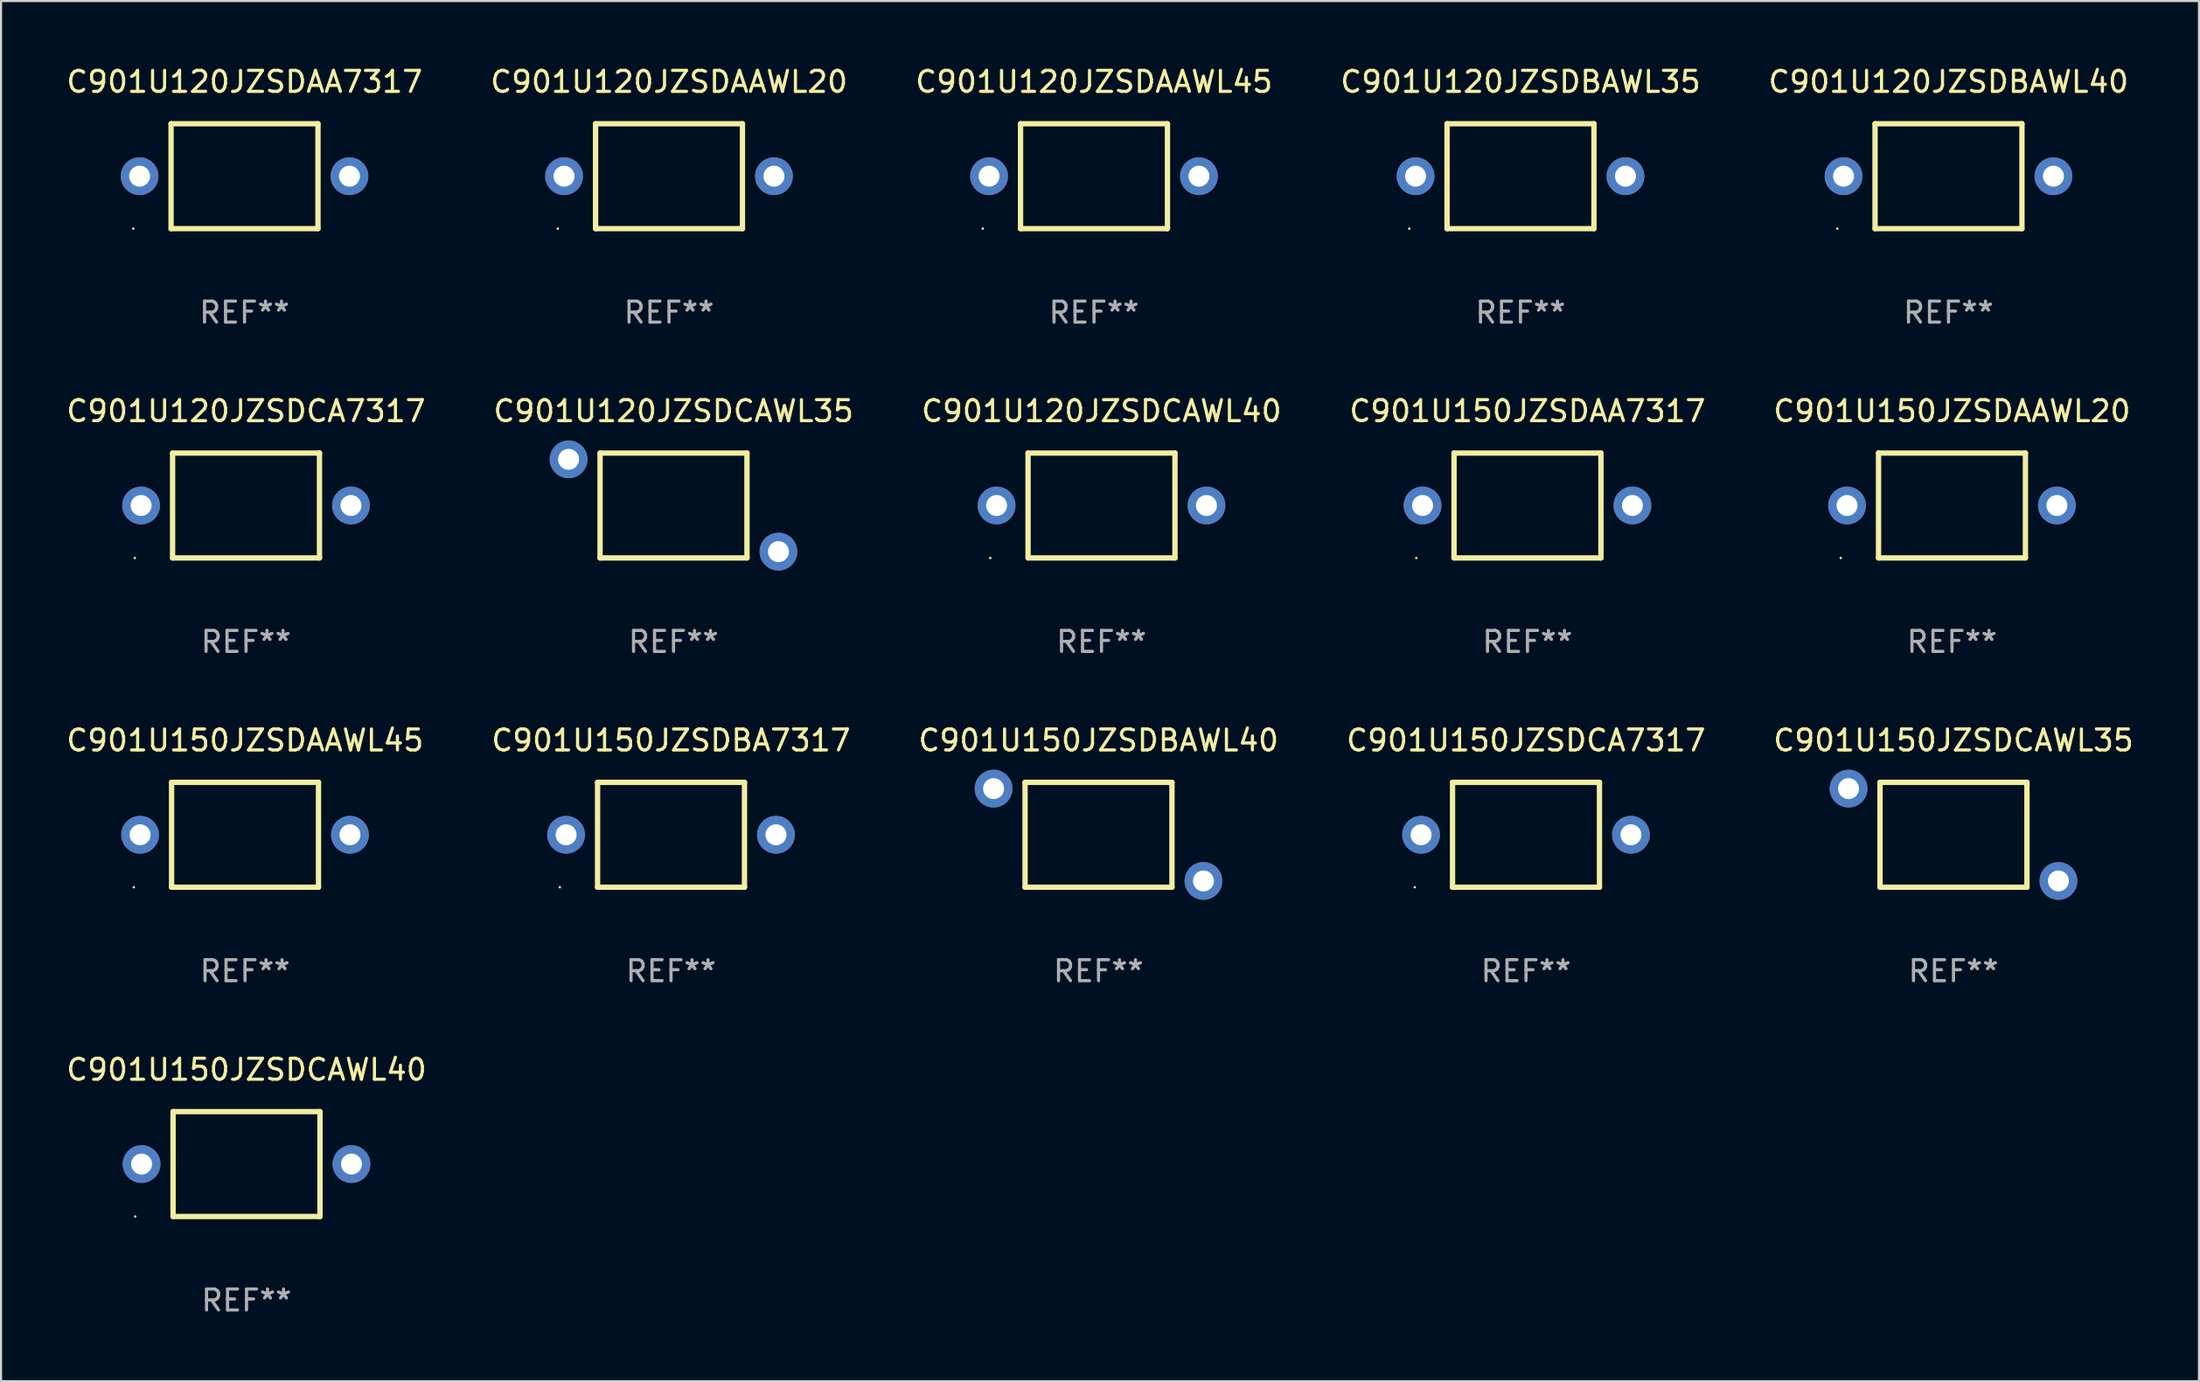
<source format=kicad_pcb>
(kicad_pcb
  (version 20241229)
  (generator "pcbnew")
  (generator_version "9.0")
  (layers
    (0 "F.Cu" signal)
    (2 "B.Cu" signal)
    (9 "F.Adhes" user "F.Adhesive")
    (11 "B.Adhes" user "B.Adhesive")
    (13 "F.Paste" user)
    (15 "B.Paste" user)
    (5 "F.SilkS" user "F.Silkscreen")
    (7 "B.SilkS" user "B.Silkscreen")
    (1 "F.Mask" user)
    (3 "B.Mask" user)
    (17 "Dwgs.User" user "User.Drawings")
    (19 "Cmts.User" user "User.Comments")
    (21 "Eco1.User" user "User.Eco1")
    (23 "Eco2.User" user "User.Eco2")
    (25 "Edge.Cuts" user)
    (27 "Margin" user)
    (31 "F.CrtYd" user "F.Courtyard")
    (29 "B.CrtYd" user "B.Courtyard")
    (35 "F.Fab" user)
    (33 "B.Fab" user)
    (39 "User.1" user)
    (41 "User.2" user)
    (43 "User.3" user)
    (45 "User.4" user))
  (footprint "C901U120JZSDCAWL35"
    (layer "F.Cu")
    (at 29.042 21.043)
    (property "Reference" "C901U120JZSDCAWL35" (at 0 -4.499 0) (layer "F.SilkS") (effects (font (size 1 1) (thickness 0.15))))
    (attr through_hole)
    (fp_line (start -3.5 -2.499) (end -3.5 2.499) (stroke (width 0.254) (type solid)) (layer "F.SilkS"))
    (fp_line (start -3.5 2.499) (end 3.5 2.499) (stroke (width 0.254) (type solid)) (layer "F.SilkS"))
    (fp_line (start 3.5 -2.499) (end -3.5 -2.499) (stroke (width 0.254) (type solid)) (layer "F.SilkS"))
    (fp_line (start 3.5 2.499) (end 3.5 -2.499) (stroke (width 0.254) (type solid)) (layer "F.SilkS"))
    (fp_circle (center -5.3 -2.502) (end -5.27 -2.502) (stroke (width 0.06) (type solid)) (fill no) (layer "F.SilkS"))
    (fp_text user "REF**" (at 0 6.499 0) (layer "F.Fab") (effects (font (size 1 1) (thickness 0.15))))
    (pad "1" thru_hole circle (at -5 -2.2) (size 1.8 1.8) (drill 1) (layers "*.Cu" "*.Mask"))
    (pad "2" thru_hole circle (at 5 2.2) (size 1.8 1.8) (drill 1) (layers "*.Cu" "*.Mask")))
  (footprint "C901U120JZSDBAWL35"
    (layer "F.Cu")
    (at 69.399 5.348)
    (property "Reference" "C901U120JZSDBAWL35" (at 0 -4.499 0) (layer "F.SilkS") (effects (font (size 1 1) (thickness 0.15))))
    (attr through_hole)
    (fp_line (start -3.5 -2.499) (end 3.5 -2.499) (stroke (width 0.254) (type solid)) (layer "F.SilkS"))
    (fp_line (start -3.5 2.499) (end -3.5 -2.499) (stroke (width 0.254) (type solid)) (layer "F.SilkS"))
    (fp_line (start 3.5 -2.499) (end 3.5 2.499) (stroke (width 0.254) (type solid)) (layer "F.SilkS"))
    (fp_line (start 3.5 2.499) (end -3.5 2.499) (stroke (width 0.254) (type solid)) (layer "F.SilkS"))
    (fp_circle (center -5.3 2.5) (end -5.27 2.5) (stroke (width 0.06) (type solid)) (fill no) (layer "F.SilkS"))
    (fp_text user "REF**" (at 0 6.499 0) (layer "F.Fab") (effects (font (size 1 1) (thickness 0.15))))
    (pad "1" thru_hole circle (at -5 0) (size 1.8 1.8) (drill 1) (layers "*.Cu" "*.Mask"))
    (pad "2" thru_hole circle (at 5 0) (size 1.8 1.8) (drill 1) (layers "*.Cu" "*.Mask")))
  (footprint "C901U120JZSDAA7317"
    (layer "F.Cu")
    (at 8.601 5.348)
    (property "Reference" "C901U120JZSDAA7317" (at 0 -4.499 0) (layer "F.SilkS") (effects (font (size 1 1) (thickness 0.15))))
    (attr through_hole)
    (fp_line (start -3.5 -2.499) (end 3.5 -2.499) (stroke (width 0.254) (type solid)) (layer "F.SilkS"))
    (fp_line (start -3.5 2.499) (end -3.5 -2.499) (stroke (width 0.254) (type solid)) (layer "F.SilkS"))
    (fp_line (start 3.5 -2.499) (end 3.5 2.499) (stroke (width 0.254) (type solid)) (layer "F.SilkS"))
    (fp_line (start 3.5 2.499) (end -3.5 2.499) (stroke (width 0.254) (type solid)) (layer "F.SilkS"))
    (fp_circle (center -5.3 2.5) (end -5.27 2.5) (stroke (width 0.06) (type solid)) (fill no) (layer "F.SilkS"))
    (fp_text user "REF**" (at 0 6.499 0) (layer "F.Fab") (effects (font (size 1 1) (thickness 0.15))))
    (pad "1" thru_hole circle (at -5 0) (size 1.8 1.8) (drill 1) (layers "*.Cu" "*.Mask"))
    (pad "2" thru_hole circle (at 5 0) (size 1.8 1.8) (drill 1) (layers "*.Cu" "*.Mask")))
  (footprint "C901U120JZSDBAWL40"
    (layer "F.Cu")
    (at 89.792 5.348)
    (property "Reference" "C901U120JZSDBAWL40" (at 0 -4.499 0) (layer "F.SilkS") (effects (font (size 1 1) (thickness 0.15))))
    (attr through_hole)
    (fp_line (start -3.5 -2.499) (end 3.5 -2.499) (stroke (width 0.254) (type solid)) (layer "F.SilkS"))
    (fp_line (start -3.5 2.499) (end -3.5 -2.499) (stroke (width 0.254) (type solid)) (layer "F.SilkS"))
    (fp_line (start 3.5 -2.499) (end 3.5 2.499) (stroke (width 0.254) (type solid)) (layer "F.SilkS"))
    (fp_line (start 3.5 2.499) (end -3.5 2.499) (stroke (width 0.254) (type solid)) (layer "F.SilkS"))
    (fp_circle (center -5.3 2.5) (end -5.27 2.5) (stroke (width 0.06) (type solid)) (fill no) (layer "F.SilkS"))
    (fp_text user "REF**" (at 0 6.499 0) (layer "F.Fab") (effects (font (size 1 1) (thickness 0.15))))
    (pad "1" thru_hole circle (at -5 0) (size 1.8 1.8) (drill 1) (layers "*.Cu" "*.Mask"))
    (pad "2" thru_hole circle (at 5 0) (size 1.8 1.8) (drill 1) (layers "*.Cu" "*.Mask")))
  (footprint "C901U150JZSDBAWL40"
    (layer "F.Cu")
    (at 49.292 36.738)
    (property "Reference" "C901U150JZSDBAWL40" (at 0 -4.499 0) (layer "F.SilkS") (effects (font (size 1 1) (thickness 0.15))))
    (attr through_hole)
    (fp_line (start -3.5 -2.499) (end -3.5 2.499) (stroke (width 0.254) (type solid)) (layer "F.SilkS"))
    (fp_line (start -3.5 2.499) (end 3.5 2.499) (stroke (width 0.254) (type solid)) (layer "F.SilkS"))
    (fp_line (start 3.5 -2.499) (end -3.5 -2.499) (stroke (width 0.254) (type solid)) (layer "F.SilkS"))
    (fp_line (start 3.5 2.499) (end 3.5 -2.499) (stroke (width 0.254) (type solid)) (layer "F.SilkS"))
    (fp_circle (center -5.3 -2.502) (end -5.27 -2.502) (stroke (width 0.06) (type solid)) (fill no) (layer "F.SilkS"))
    (fp_text user "REF**" (at 0 6.499 0) (layer "F.Fab") (effects (font (size 1 1) (thickness 0.15))))
    (pad "1" thru_hole circle (at -5 -2.2) (size 1.8 1.8) (drill 1) (layers "*.Cu" "*.Mask"))
    (pad "2" thru_hole circle (at 5 2.2) (size 1.8 1.8) (drill 1) (layers "*.Cu" "*.Mask")))
  (footprint "C901U150JZSDAA7317"
    (layer "F.Cu")
    (at 69.732 21.043)
    (property "Reference" "C901U150JZSDAA7317" (at 0 -4.499 0) (layer "F.SilkS") (effects (font (size 1 1) (thickness 0.15))))
    (attr through_hole)
    (fp_line (start -3.5 -2.499) (end 3.5 -2.499) (stroke (width 0.254) (type solid)) (layer "F.SilkS"))
    (fp_line (start -3.5 2.499) (end -3.5 -2.499) (stroke (width 0.254) (type solid)) (layer "F.SilkS"))
    (fp_line (start 3.5 -2.499) (end 3.5 2.499) (stroke (width 0.254) (type solid)) (layer "F.SilkS"))
    (fp_line (start 3.5 2.499) (end -3.5 2.499) (stroke (width 0.254) (type solid)) (layer "F.SilkS"))
    (fp_circle (center -5.3 2.5) (end -5.27 2.5) (stroke (width 0.06) (type solid)) (fill no) (layer "F.SilkS"))
    (fp_text user "REF**" (at 0 6.499 0) (layer "F.Fab") (effects (font (size 1 1) (thickness 0.15))))
    (pad "1" thru_hole circle (at -5 0) (size 1.8 1.8) (drill 1) (layers "*.Cu" "*.Mask"))
    (pad "2" thru_hole circle (at 5 0) (size 1.8 1.8) (drill 1) (layers "*.Cu" "*.Mask")))
  (footprint "C901U150JZSDAAWL20"
    (layer "F.Cu")
    (at 89.958 21.043)
    (property "Reference" "C901U150JZSDAAWL20" (at 0 -4.499 0) (layer "F.SilkS") (effects (font (size 1 1) (thickness 0.15))))
    (attr through_hole)
    (fp_line (start -3.5 -2.499) (end 3.5 -2.499) (stroke (width 0.254) (type solid)) (layer "F.SilkS"))
    (fp_line (start -3.5 2.499) (end -3.5 -2.499) (stroke (width 0.254) (type solid)) (layer "F.SilkS"))
    (fp_line (start 3.5 -2.499) (end 3.5 2.499) (stroke (width 0.254) (type solid)) (layer "F.SilkS"))
    (fp_line (start 3.5 2.499) (end -3.5 2.499) (stroke (width 0.254) (type solid)) (layer "F.SilkS"))
    (fp_circle (center -5.3 2.5) (end -5.27 2.5) (stroke (width 0.06) (type solid)) (fill no) (layer "F.SilkS"))
    (fp_text user "REF**" (at 0 6.499 0) (layer "F.Fab") (effects (font (size 1 1) (thickness 0.15))))
    (pad "1" thru_hole circle (at -5 0) (size 1.8 1.8) (drill 1) (layers "*.Cu" "*.Mask"))
    (pad "2" thru_hole circle (at 5 0) (size 1.8 1.8) (drill 1) (layers "*.Cu" "*.Mask")))
  (footprint "C901U120JZSDAAWL20"
    (layer "F.Cu")
    (at 28.827 5.348)
    (property "Reference" "C901U120JZSDAAWL20" (at 0 -4.499 0) (layer "F.SilkS") (effects (font (size 1 1) (thickness 0.15))))
    (attr through_hole)
    (fp_line (start -3.5 -2.499) (end 3.5 -2.499) (stroke (width 0.254) (type solid)) (layer "F.SilkS"))
    (fp_line (start -3.5 2.499) (end -3.5 -2.499) (stroke (width 0.254) (type solid)) (layer "F.SilkS"))
    (fp_line (start 3.5 -2.499) (end 3.5 2.499) (stroke (width 0.254) (type solid)) (layer "F.SilkS"))
    (fp_line (start 3.5 2.499) (end -3.5 2.499) (stroke (width 0.254) (type solid)) (layer "F.SilkS"))
    (fp_circle (center -5.3 2.5) (end -5.27 2.5) (stroke (width 0.06) (type solid)) (fill no) (layer "F.SilkS"))
    (fp_text user "REF**" (at 0 6.499 0) (layer "F.Fab") (effects (font (size 1 1) (thickness 0.15))))
    (pad "1" thru_hole circle (at -5 0) (size 1.8 1.8) (drill 1) (layers "*.Cu" "*.Mask"))
    (pad "2" thru_hole circle (at 5 0) (size 1.8 1.8) (drill 1) (layers "*.Cu" "*.Mask")))
  (footprint "C901U150JZSDCAWL35"
    (layer "F.Cu")
    (at 90.03 36.738)
    (property "Reference" "C901U150JZSDCAWL35" (at 0 -4.499 0) (layer "F.SilkS") (effects (font (size 1 1) (thickness 0.15))))
    (attr through_hole)
    (fp_line (start -3.5 -2.499) (end -3.5 2.499) (stroke (width 0.254) (type solid)) (layer "F.SilkS"))
    (fp_line (start -3.5 2.499) (end 3.5 2.499) (stroke (width 0.254) (type solid)) (layer "F.SilkS"))
    (fp_line (start 3.5 -2.499) (end -3.5 -2.499) (stroke (width 0.254) (type solid)) (layer "F.SilkS"))
    (fp_line (start 3.5 2.499) (end 3.5 -2.499) (stroke (width 0.254) (type solid)) (layer "F.SilkS"))
    (fp_circle (center -5.3 -2.502) (end -5.27 -2.502) (stroke (width 0.06) (type solid)) (fill no) (layer "F.SilkS"))
    (fp_text user "REF**" (at 0 6.499 0) (layer "F.Fab") (effects (font (size 1 1) (thickness 0.15))))
    (pad "1" thru_hole circle (at -5 -2.2) (size 1.8 1.8) (drill 1) (layers "*.Cu" "*.Mask"))
    (pad "2" thru_hole circle (at 5 2.2) (size 1.8 1.8) (drill 1) (layers "*.Cu" "*.Mask")))
  (footprint "C901U120JZSDAAWL45"
    (layer "F.Cu")
    (at 49.077 5.348)
    (property "Reference" "C901U120JZSDAAWL45" (at 0 -4.499 0) (layer "F.SilkS") (effects (font (size 1 1) (thickness 0.15))))
    (attr through_hole)
    (fp_line (start -3.5 -2.499) (end 3.5 -2.499) (stroke (width 0.254) (type solid)) (layer "F.SilkS"))
    (fp_line (start -3.5 2.499) (end -3.5 -2.499) (stroke (width 0.254) (type solid)) (layer "F.SilkS"))
    (fp_line (start 3.5 -2.499) (end 3.5 2.499) (stroke (width 0.254) (type solid)) (layer "F.SilkS"))
    (fp_line (start 3.5 2.499) (end -3.5 2.499) (stroke (width 0.254) (type solid)) (layer "F.SilkS"))
    (fp_circle (center -5.3 2.5) (end -5.27 2.5) (stroke (width 0.06) (type solid)) (fill no) (layer "F.SilkS"))
    (fp_text user "REF**" (at 0 6.499 0) (layer "F.Fab") (effects (font (size 1 1) (thickness 0.15))))
    (pad "1" thru_hole circle (at -5 0) (size 1.8 1.8) (drill 1) (layers "*.Cu" "*.Mask"))
    (pad "2" thru_hole circle (at 5 0) (size 1.8 1.8) (drill 1) (layers "*.Cu" "*.Mask")))
  (footprint "C901U150JZSDAAWL45"
    (layer "F.Cu")
    (at 8.625 36.738)
    (property "Reference" "C901U150JZSDAAWL45" (at 0 -4.499 0) (layer "F.SilkS") (effects (font (size 1 1) (thickness 0.15))))
    (attr through_hole)
    (fp_line (start -3.5 -2.499) (end 3.5 -2.499) (stroke (width 0.254) (type solid)) (layer "F.SilkS"))
    (fp_line (start -3.5 2.499) (end -3.5 -2.499) (stroke (width 0.254) (type solid)) (layer "F.SilkS"))
    (fp_line (start 3.5 -2.499) (end 3.5 2.499) (stroke (width 0.254) (type solid)) (layer "F.SilkS"))
    (fp_line (start 3.5 2.499) (end -3.5 2.499) (stroke (width 0.254) (type solid)) (layer "F.SilkS"))
    (fp_circle (center -5.3 2.5) (end -5.27 2.5) (stroke (width 0.06) (type solid)) (fill no) (layer "F.SilkS"))
    (fp_text user "REF**" (at 0 6.499 0) (layer "F.Fab") (effects (font (size 1 1) (thickness 0.15))))
    (pad "1" thru_hole circle (at -5 0) (size 1.8 1.8) (drill 1) (layers "*.Cu" "*.Mask"))
    (pad "2" thru_hole circle (at 5 0) (size 1.8 1.8) (drill 1) (layers "*.Cu" "*.Mask")))
  (footprint "C901U150JZSDBA7317"
    (layer "F.Cu")
    (at 28.923 36.738)
    (property "Reference" "C901U150JZSDBA7317" (at 0 -4.499 0) (layer "F.SilkS") (effects (font (size 1 1) (thickness 0.15))))
    (attr through_hole)
    (fp_line (start -3.5 -2.499) (end 3.5 -2.499) (stroke (width 0.254) (type solid)) (layer "F.SilkS"))
    (fp_line (start -3.5 2.499) (end -3.5 -2.499) (stroke (width 0.254) (type solid)) (layer "F.SilkS"))
    (fp_line (start 3.5 -2.499) (end 3.5 2.499) (stroke (width 0.254) (type solid)) (layer "F.SilkS"))
    (fp_line (start 3.5 2.499) (end -3.5 2.499) (stroke (width 0.254) (type solid)) (layer "F.SilkS"))
    (fp_circle (center -5.3 2.5) (end -5.27 2.5) (stroke (width 0.06) (type solid)) (fill no) (layer "F.SilkS"))
    (fp_text user "REF**" (at 0 6.499 0) (layer "F.Fab") (effects (font (size 1 1) (thickness 0.15))))
    (pad "1" thru_hole circle (at -5 0) (size 1.8 1.8) (drill 1) (layers "*.Cu" "*.Mask"))
    (pad "2" thru_hole circle (at 5 0) (size 1.8 1.8) (drill 1) (layers "*.Cu" "*.Mask")))
  (footprint "C901U120JZSDCA7317"
    (layer "F.Cu")
    (at 8.673 21.043)
    (property "Reference" "C901U120JZSDCA7317" (at 0 -4.499 0) (layer "F.SilkS") (effects (font (size 1 1) (thickness 0.15))))
    (attr through_hole)
    (fp_line (start -3.5 -2.499) (end 3.5 -2.499) (stroke (width 0.254) (type solid)) (layer "F.SilkS"))
    (fp_line (start -3.5 2.499) (end -3.5 -2.499) (stroke (width 0.254) (type solid)) (layer "F.SilkS"))
    (fp_line (start 3.5 -2.499) (end 3.5 2.499) (stroke (width 0.254) (type solid)) (layer "F.SilkS"))
    (fp_line (start 3.5 2.499) (end -3.5 2.499) (stroke (width 0.254) (type solid)) (layer "F.SilkS"))
    (fp_circle (center -5.3 2.5) (end -5.27 2.5) (stroke (width 0.06) (type solid)) (fill no) (layer "F.SilkS"))
    (fp_text user "REF**" (at 0 6.499 0) (layer "F.Fab") (effects (font (size 1 1) (thickness 0.15))))
    (pad "1" thru_hole circle (at -5 0) (size 1.8 1.8) (drill 1) (layers "*.Cu" "*.Mask"))
    (pad "2" thru_hole circle (at 5 0) (size 1.8 1.8) (drill 1) (layers "*.Cu" "*.Mask")))
  (footprint "C901U150JZSDCA7317"
    (layer "F.Cu")
    (at 69.661 36.738)
    (property "Reference" "C901U150JZSDCA7317" (at 0 -4.499 0) (layer "F.SilkS") (effects (font (size 1 1) (thickness 0.15))))
    (attr through_hole)
    (fp_line (start -3.5 -2.499) (end 3.5 -2.499) (stroke (width 0.254) (type solid)) (layer "F.SilkS"))
    (fp_line (start -3.5 2.499) (end -3.5 -2.499) (stroke (width 0.254) (type solid)) (layer "F.SilkS"))
    (fp_line (start 3.5 -2.499) (end 3.5 2.499) (stroke (width 0.254) (type solid)) (layer "F.SilkS"))
    (fp_line (start 3.5 2.499) (end -3.5 2.499) (stroke (width 0.254) (type solid)) (layer "F.SilkS"))
    (fp_circle (center -5.3 2.5) (end -5.27 2.5) (stroke (width 0.06) (type solid)) (fill no) (layer "F.SilkS"))
    (fp_text user "REF**" (at 0 6.499 0) (layer "F.Fab") (effects (font (size 1 1) (thickness 0.15))))
    (pad "1" thru_hole circle (at -5 0) (size 1.8 1.8) (drill 1) (layers "*.Cu" "*.Mask"))
    (pad "2" thru_hole circle (at 5 0) (size 1.8 1.8) (drill 1) (layers "*.Cu" "*.Mask")))
  (footprint "C901U120JZSDCAWL40"
    (layer "F.Cu")
    (at 49.435 21.043)
    (property "Reference" "C901U120JZSDCAWL40" (at 0 -4.499 0) (layer "F.SilkS") (effects (font (size 1 1) (thickness 0.15))))
    (attr through_hole)
    (fp_line (start -3.5 -2.499) (end 3.5 -2.499) (stroke (width 0.254) (type solid)) (layer "F.SilkS"))
    (fp_line (start -3.5 2.499) (end -3.5 -2.499) (stroke (width 0.254) (type solid)) (layer "F.SilkS"))
    (fp_line (start 3.5 -2.499) (end 3.5 2.499) (stroke (width 0.254) (type solid)) (layer "F.SilkS"))
    (fp_line (start 3.5 2.499) (end -3.5 2.499) (stroke (width 0.254) (type solid)) (layer "F.SilkS"))
    (fp_circle (center -5.3 2.5) (end -5.27 2.5) (stroke (width 0.06) (type solid)) (fill no) (layer "F.SilkS"))
    (fp_text user "REF**" (at 0 6.499 0) (layer "F.Fab") (effects (font (size 1 1) (thickness 0.15))))
    (pad "1" thru_hole circle (at -5 0) (size 1.8 1.8) (drill 1) (layers "*.Cu" "*.Mask"))
    (pad "2" thru_hole circle (at 5 0) (size 1.8 1.8) (drill 1) (layers "*.Cu" "*.Mask")))
  (footprint "C901U150JZSDCAWL40"
    (layer "F.Cu")
    (at 8.696 52.433)
    (property "Reference" "C901U150JZSDCAWL40" (at 0 -4.499 0) (layer "F.SilkS") (effects (font (size 1 1) (thickness 0.15))))
    (attr through_hole)
    (fp_line (start -3.5 -2.499) (end 3.5 -2.499) (stroke (width 0.254) (type solid)) (layer "F.SilkS"))
    (fp_line (start -3.5 2.499) (end -3.5 -2.499) (stroke (width 0.254) (type solid)) (layer "F.SilkS"))
    (fp_line (start 3.5 -2.499) (end 3.5 2.499) (stroke (width 0.254) (type solid)) (layer "F.SilkS"))
    (fp_line (start 3.5 2.499) (end -3.5 2.499) (stroke (width 0.254) (type solid)) (layer "F.SilkS"))
    (fp_circle (center -5.3 2.5) (end -5.27 2.5) (stroke (width 0.06) (type solid)) (fill no) (layer "F.SilkS"))
    (fp_text user "REF**" (at 0 6.499 0) (layer "F.Fab") (effects (font (size 1 1) (thickness 0.15))))
    (pad "1" thru_hole circle (at -5 0) (size 1.8 1.8) (drill 1) (layers "*.Cu" "*.Mask"))
    (pad "2" thru_hole circle (at 5 0) (size 1.8 1.8) (drill 1) (layers "*.Cu" "*.Mask")))
  (gr_rect
    (start -3 -3)
    (end 101.726 62.781)
    (stroke (width 0.1) (type default))
    (fill no)
    (layer "Edge.Cuts")))
</source>
